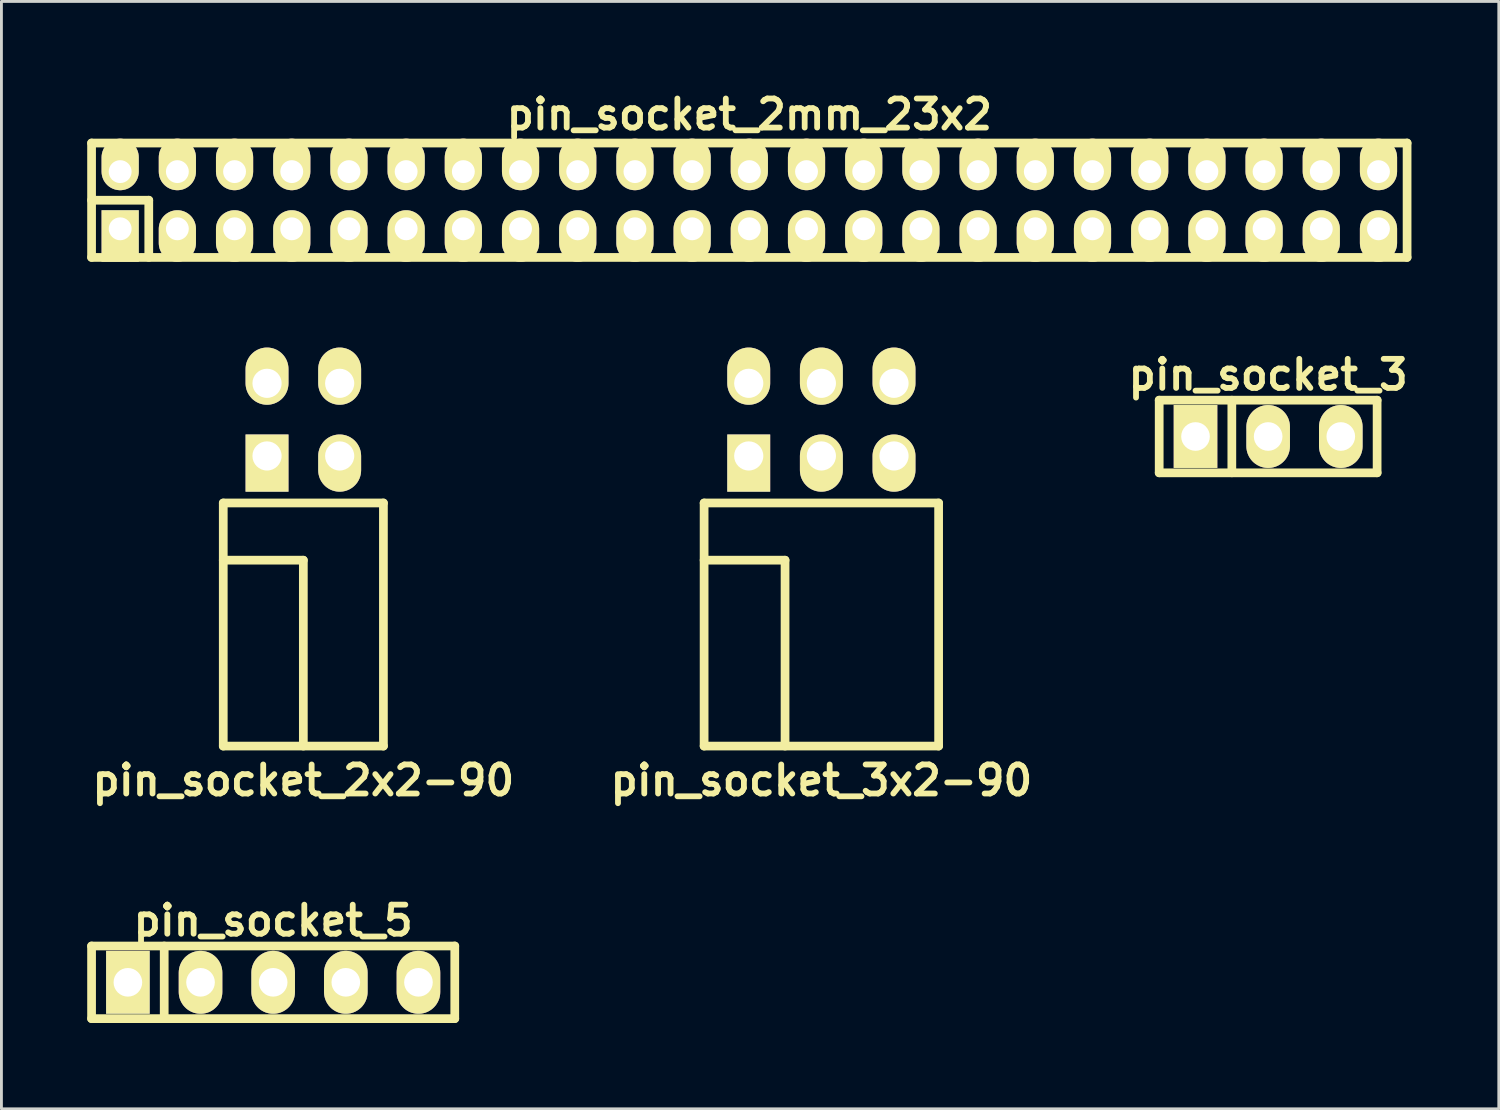
<source format=kicad_pcb>
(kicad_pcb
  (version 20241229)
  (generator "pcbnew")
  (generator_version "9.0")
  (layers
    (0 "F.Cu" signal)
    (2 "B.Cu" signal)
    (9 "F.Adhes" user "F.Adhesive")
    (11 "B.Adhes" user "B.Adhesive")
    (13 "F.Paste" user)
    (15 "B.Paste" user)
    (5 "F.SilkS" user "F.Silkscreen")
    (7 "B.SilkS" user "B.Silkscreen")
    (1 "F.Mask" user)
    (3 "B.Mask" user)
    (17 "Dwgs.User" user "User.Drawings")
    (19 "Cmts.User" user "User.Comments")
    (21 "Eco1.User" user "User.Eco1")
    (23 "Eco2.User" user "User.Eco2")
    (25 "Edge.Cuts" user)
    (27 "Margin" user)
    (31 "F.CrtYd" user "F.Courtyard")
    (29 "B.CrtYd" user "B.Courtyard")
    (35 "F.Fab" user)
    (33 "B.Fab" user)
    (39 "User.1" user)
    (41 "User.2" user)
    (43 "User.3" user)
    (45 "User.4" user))
  (footprint "pin_socket_2mm_23x2"
    (layer "F.Cu")
    (at 23.152 3.951)
    (property "Reference" "pin_socket_2mm_23x2" (at 0 -3 0) (layer "F.SilkS") (effects (font (size 1.016 1.016) (thickness 0.203))))
    (attr through_hole)
    (fp_line (start -23 -2) (end 23 -2) (stroke (width 0.305) (type solid)) (layer "F.SilkS"))
    (fp_line (start -23 0) (end -21 0) (stroke (width 0.305) (type solid)) (layer "F.SilkS"))
    (fp_line (start -23 2) (end -23 -2) (stroke (width 0.305) (type solid)) (layer "F.SilkS"))
    (fp_line (start -21 0) (end -21 2) (stroke (width 0.305) (type solid)) (layer "F.SilkS"))
    (fp_line (start 23 -2) (end 23 2) (stroke (width 0.305) (type solid)) (layer "F.SilkS"))
    (fp_line (start 23 2) (end -23 2) (stroke (width 0.305) (type solid)) (layer "F.SilkS"))
    (pad "1" thru_hole rect (at -22 1) (size 1.3 1.8) (drill 0.8 (offset 0 0.25)) (layers "*.Cu" "*.Mask" "F.SilkS"))
    (pad "2" thru_hole oval (at -22 -1) (size 1.3 1.8) (drill 0.8 (offset 0 -0.25)) (layers "*.Cu" "*.Mask" "F.SilkS"))
    (pad "3" thru_hole oval (at -20 1) (size 1.3 1.8) (drill 0.8 (offset 0 0.25)) (layers "*.Cu" "*.Mask" "F.SilkS"))
    (pad "4" thru_hole oval (at -20 -1) (size 1.3 1.8) (drill 0.8 (offset 0 -0.25)) (layers "*.Cu" "*.Mask" "F.SilkS"))
    (pad "5" thru_hole oval (at -18 1) (size 1.3 1.8) (drill 0.8 (offset 0 0.25)) (layers "*.Cu" "*.Mask" "F.SilkS"))
    (pad "6" thru_hole oval (at -18 -1) (size 1.3 1.8) (drill 0.8 (offset 0 -0.25)) (layers "*.Cu" "*.Mask" "F.SilkS"))
    (pad "7" thru_hole oval (at -16 1) (size 1.3 1.8) (drill 0.8 (offset 0 0.25)) (layers "*.Cu" "*.Mask" "F.SilkS"))
    (pad "8" thru_hole oval (at -16 -1) (size 1.3 1.8) (drill 0.8 (offset 0 -0.25)) (layers "*.Cu" "*.Mask" "F.SilkS"))
    (pad "9" thru_hole oval (at -14 1) (size 1.3 1.8) (drill 0.8 (offset 0 0.25)) (layers "*.Cu" "*.Mask" "F.SilkS"))
    (pad "10" thru_hole oval (at -14 -1) (size 1.3 1.8) (drill 0.8 (offset 0 -0.25)) (layers "*.Cu" "*.Mask" "F.SilkS"))
    (pad "11" thru_hole oval (at -12 1) (size 1.3 1.8) (drill 0.8 (offset 0 0.25)) (layers "*.Cu" "*.Mask" "F.SilkS"))
    (pad "12" thru_hole oval (at -12 -1) (size 1.3 1.8) (drill 0.8 (offset 0 -0.25)) (layers "*.Cu" "*.Mask" "F.SilkS"))
    (pad "13" thru_hole oval (at -10 1) (size 1.3 1.8) (drill 0.8 (offset 0 0.25)) (layers "*.Cu" "*.Mask" "F.SilkS"))
    (pad "14" thru_hole oval (at -10 -1) (size 1.3 1.8) (drill 0.8 (offset 0 -0.25)) (layers "*.Cu" "*.Mask" "F.SilkS"))
    (pad "15" thru_hole oval (at -8 1) (size 1.3 1.8) (drill 0.8 (offset 0 0.25)) (layers "*.Cu" "*.Mask" "F.SilkS"))
    (pad "16" thru_hole oval (at -8 -1) (size 1.3 1.8) (drill 0.8 (offset 0 -0.25)) (layers "*.Cu" "*.Mask" "F.SilkS"))
    (pad "17" thru_hole oval (at -6 1) (size 1.3 1.8) (drill 0.8 (offset 0 0.25)) (layers "*.Cu" "*.Mask" "F.SilkS"))
    (pad "18" thru_hole oval (at -6 -1) (size 1.3 1.8) (drill 0.8 (offset 0 -0.25)) (layers "*.Cu" "*.Mask" "F.SilkS"))
    (pad "19" thru_hole oval (at -4 1) (size 1.3 1.8) (drill 0.8 (offset 0 0.25)) (layers "*.Cu" "*.Mask" "F.SilkS"))
    (pad "20" thru_hole oval (at -4 -1) (size 1.3 1.8) (drill 0.8 (offset 0 -0.25)) (layers "*.Cu" "*.Mask" "F.SilkS"))
    (pad "21" thru_hole oval (at -2 1) (size 1.3 1.8) (drill 0.8 (offset 0 0.25)) (layers "*.Cu" "*.Mask" "F.SilkS"))
    (pad "22" thru_hole oval (at -2 -1) (size 1.3 1.8) (drill 0.8 (offset 0 -0.25)) (layers "*.Cu" "*.Mask" "F.SilkS"))
    (pad "23" thru_hole oval (at 0 1) (size 1.3 1.8) (drill 0.8 (offset 0 0.25)) (layers "*.Cu" "*.Mask" "F.SilkS"))
    (pad "24" thru_hole oval (at 0 -1) (size 1.3 1.8) (drill 0.8 (offset 0 -0.25)) (layers "*.Cu" "*.Mask" "F.SilkS"))
    (pad "25" thru_hole oval (at 2 1) (size 1.3 1.8) (drill 0.8 (offset 0 0.25)) (layers "*.Cu" "*.Mask" "F.SilkS"))
    (pad "26" thru_hole oval (at 2 -1) (size 1.3 1.8) (drill 0.8 (offset 0 -0.25)) (layers "*.Cu" "*.Mask" "F.SilkS"))
    (pad "27" thru_hole oval (at 4 1) (size 1.3 1.8) (drill 0.8 (offset 0 0.25)) (layers "*.Cu" "*.Mask" "F.SilkS"))
    (pad "28" thru_hole oval (at 4 -1) (size 1.3 1.8) (drill 0.8 (offset 0 -0.25)) (layers "*.Cu" "*.Mask" "F.SilkS"))
    (pad "29" thru_hole oval (at 6 1) (size 1.3 1.8) (drill 0.8 (offset 0 0.25)) (layers "*.Cu" "*.Mask" "F.SilkS"))
    (pad "30" thru_hole oval (at 6 -1) (size 1.3 1.8) (drill 0.8 (offset 0 -0.25)) (layers "*.Cu" "*.Mask" "F.SilkS"))
    (pad "31" thru_hole oval (at 8 1) (size 1.3 1.8) (drill 0.8 (offset 0 0.25)) (layers "*.Cu" "*.Mask" "F.SilkS"))
    (pad "32" thru_hole oval (at 8 -1) (size 1.3 1.8) (drill 0.8 (offset 0 -0.25)) (layers "*.Cu" "*.Mask" "F.SilkS"))
    (pad "33" thru_hole oval (at 10 1) (size 1.3 1.8) (drill 0.8 (offset 0 0.25)) (layers "*.Cu" "*.Mask" "F.SilkS"))
    (pad "34" thru_hole oval (at 10 -1) (size 1.3 1.8) (drill 0.8 (offset 0 -0.25)) (layers "*.Cu" "*.Mask" "F.SilkS"))
    (pad "35" thru_hole oval (at 12 1) (size 1.3 1.8) (drill 0.8 (offset 0 0.25)) (layers "*.Cu" "*.Mask" "F.SilkS"))
    (pad "36" thru_hole oval (at 12 -1) (size 1.3 1.8) (drill 0.8 (offset 0 -0.25)) (layers "*.Cu" "*.Mask" "F.SilkS"))
    (pad "37" thru_hole oval (at 14 1) (size 1.3 1.8) (drill 0.8 (offset 0 0.25)) (layers "*.Cu" "*.Mask" "F.SilkS"))
    (pad "38" thru_hole oval (at 14 -1) (size 1.3 1.8) (drill 0.8 (offset 0 -0.25)) (layers "*.Cu" "*.Mask" "F.SilkS"))
    (pad "39" thru_hole oval (at 16 1) (size 1.3 1.8) (drill 0.8 (offset 0 0.25)) (layers "*.Cu" "*.Mask" "F.SilkS"))
    (pad "40" thru_hole oval (at 16 -1) (size 1.3 1.8) (drill 0.8 (offset 0 -0.25)) (layers "*.Cu" "*.Mask" "F.SilkS"))
    (pad "41" thru_hole oval (at 18 1) (size 1.3 1.8) (drill 0.8 (offset 0 0.25)) (layers "*.Cu" "*.Mask" "F.SilkS"))
    (pad "42" thru_hole oval (at 18 -1) (size 1.3 1.8) (drill 0.8 (offset 0 -0.25)) (layers "*.Cu" "*.Mask" "F.SilkS"))
    (pad "43" thru_hole oval (at 20 1) (size 1.3 1.8) (drill 0.8 (offset 0 0.25)) (layers "*.Cu" "*.Mask" "F.SilkS"))
    (pad "44" thru_hole oval (at 20 -1) (size 1.3 1.8) (drill 0.8 (offset 0 -0.25)) (layers "*.Cu" "*.Mask" "F.SilkS"))
    (pad "45" thru_hole oval (at 22 1) (size 1.3 1.8) (drill 0.8 (offset 0 0.25)) (layers "*.Cu" "*.Mask" "F.SilkS"))
    (pad "46" thru_hole oval (at 22 -1) (size 1.3 1.8) (drill 0.8 (offset 0 -0.25)) (layers "*.Cu" "*.Mask" "F.SilkS")))
  (footprint "pin_socket_2x2-90"
    (layer "F.Cu")
    (at 7.557 16.538)
    (property "Reference" "pin_socket_2x2-90" (at 0 7.7 0) (layer "F.SilkS") (effects (font (size 1.016 1.016) (thickness 0.203))))
    (attr through_hole)
    (fp_line (start -2.8 -2) (end -2.8 6.5) (stroke (width 0.305) (type solid)) (layer "F.SilkS"))
    (fp_line (start -2.8 -2) (end 2.8 -2) (stroke (width 0.305) (type solid)) (layer "F.SilkS"))
    (fp_line (start -2.8 0) (end 0 0) (stroke (width 0.305) (type solid)) (layer "F.SilkS"))
    (fp_line (start -2.8 6.5) (end 2.8 6.5) (stroke (width 0.305) (type solid)) (layer "F.SilkS"))
    (fp_line (start 0 0) (end 0 6.5) (stroke (width 0.305) (type solid)) (layer "F.SilkS"))
    (fp_line (start 2.8 -2) (end 2.8 6.5) (stroke (width 0.305) (type solid)) (layer "F.SilkS"))
    (pad "1" thru_hole rect (at -1.27 -3.645) (size 1.5 2) (drill 1.02 (offset 0 0.25)) (layers "*.Cu" "*.Mask" "F.SilkS"))
    (pad "2" thru_hole oval (at -1.27 -6.185) (size 1.5 2) (drill 1.02 (offset 0 -0.25)) (layers "*.Cu" "*.Mask" "F.SilkS"))
    (pad "3" thru_hole oval (at 1.27 -3.645) (size 1.5 2) (drill 1.02 (offset 0 0.25)) (layers "*.Cu" "*.Mask" "F.SilkS"))
    (pad "4" thru_hole oval (at 1.27 -6.185) (size 1.5 2) (drill 1.02 (offset 0 -0.25)) (layers "*.Cu" "*.Mask" "F.SilkS")))
  (footprint "pin_socket_3x2-90"
    (layer "F.Cu")
    (at 25.671 16.538)
    (property "Reference" "pin_socket_3x2-90" (at 0 7.7 0) (layer "F.SilkS") (effects (font (size 1.016 1.016) (thickness 0.203))))
    (attr through_hole)
    (fp_line (start -4.1 -2) (end -4.1 6.5) (stroke (width 0.305) (type solid)) (layer "F.SilkS"))
    (fp_line (start -4.1 -2) (end 4.1 -2) (stroke (width 0.305) (type solid)) (layer "F.SilkS"))
    (fp_line (start -4.1 0) (end -1.27 0) (stroke (width 0.305) (type solid)) (layer "F.SilkS"))
    (fp_line (start -4.1 6.5) (end 4.1 6.5) (stroke (width 0.305) (type solid)) (layer "F.SilkS"))
    (fp_line (start -1.27 0) (end -1.27 6.5) (stroke (width 0.305) (type solid)) (layer "F.SilkS"))
    (fp_line (start 4.1 -2) (end 4.1 6.5) (stroke (width 0.305) (type solid)) (layer "F.SilkS"))
    (pad "1" thru_hole rect (at -2.54 -3.645) (size 1.5 2) (drill 1.02 (offset 0 0.25)) (layers "*.Cu" "*.Mask" "F.SilkS"))
    (pad "2" thru_hole oval (at -2.54 -6.185) (size 1.5 2) (drill 1.02 (offset 0 -0.25)) (layers "*.Cu" "*.Mask" "F.SilkS"))
    (pad "3" thru_hole oval (at 0 -3.645) (size 1.5 2) (drill 1.02 (offset 0 0.25)) (layers "*.Cu" "*.Mask" "F.SilkS"))
    (pad "4" thru_hole oval (at 0 -6.185) (size 1.5 2) (drill 1.02 (offset 0 -0.25)) (layers "*.Cu" "*.Mask" "F.SilkS"))
    (pad "5" thru_hole oval (at 2.54 -3.645) (size 1.5 2) (drill 1.02 (offset 0 0.25)) (layers "*.Cu" "*.Mask" "F.SilkS"))
    (pad "6" thru_hole oval (at 2.54 -6.185) (size 1.5 2) (drill 1.02 (offset 0 -0.25)) (layers "*.Cu" "*.Mask" "F.SilkS")))
  (footprint "pin_socket_5"
    (layer "F.Cu")
    (at 6.502 31.299)
    (property "Reference" "pin_socket_5" (at 0 -2.159 0) (layer "F.SilkS") (effects (font (size 1.016 1.016) (thickness 0.203))))
    (attr through_hole)
    (fp_line (start -6.35 -1.27) (end 6.35 -1.27) (stroke (width 0.305) (type solid)) (layer "F.SilkS"))
    (fp_line (start -6.35 1.27) (end -6.35 -1.27) (stroke (width 0.305) (type solid)) (layer "F.SilkS"))
    (fp_line (start -3.81 -1.27) (end -3.81 1.27) (stroke (width 0.305) (type solid)) (layer "F.SilkS"))
    (fp_line (start 6.35 -1.27) (end 6.35 1.27) (stroke (width 0.305) (type solid)) (layer "F.SilkS"))
    (fp_line (start 6.35 1.27) (end -6.35 1.27) (stroke (width 0.305) (type solid)) (layer "F.SilkS"))
    (pad "1" thru_hole rect (at -5.08 0) (size 1.524 2.2) (drill 1.001) (layers "*.Cu" "*.Mask" "F.SilkS"))
    (pad "2" thru_hole oval (at -2.54 0) (size 1.524 2.2) (drill 1.001) (layers "*.Cu" "*.Mask" "F.SilkS"))
    (pad "3" thru_hole oval (at 0 0) (size 1.524 2.2) (drill 1.001) (layers "*.Cu" "*.Mask" "F.SilkS"))
    (pad "4" thru_hole oval (at 2.54 0) (size 1.524 2.2) (drill 1.001) (layers "*.Cu" "*.Mask" "F.SilkS"))
    (pad "5" thru_hole oval (at 5.08 0) (size 1.524 2.2) (drill 1.001) (layers "*.Cu" "*.Mask" "F.SilkS")))
  (footprint "pin_socket_3"
    (layer "F.Cu")
    (at 41.294 12.213)
    (property "Reference" "pin_socket_3" (at 0 -2.159 0) (layer "F.SilkS") (effects (font (size 1.016 1.016) (thickness 0.203))))
    (attr through_hole)
    (fp_line (start -3.81 -1.27) (end 3.81 -1.27) (stroke (width 0.305) (type solid)) (layer "F.SilkS"))
    (fp_line (start -3.81 1.27) (end -3.81 -1.27) (stroke (width 0.305) (type solid)) (layer "F.SilkS"))
    (fp_line (start -1.27 1.27) (end -1.27 -1.27) (stroke (width 0.305) (type solid)) (layer "F.SilkS"))
    (fp_line (start 3.81 -1.27) (end 3.81 1.27) (stroke (width 0.305) (type solid)) (layer "F.SilkS"))
    (fp_line (start 3.81 1.27) (end -3.81 1.27) (stroke (width 0.305) (type solid)) (layer "F.SilkS"))
    (pad "1" thru_hole rect (at -2.54 0) (size 1.524 2.2) (drill 1.001) (layers "*.Cu" "*.Mask" "F.SilkS"))
    (pad "2" thru_hole oval (at 0 0) (size 1.524 2.2) (drill 1.001) (layers "*.Cu" "*.Mask" "F.SilkS"))
    (pad "3" thru_hole oval (at 2.54 0) (size 1.524 2.2) (drill 1.001) (layers "*.Cu" "*.Mask" "F.SilkS")))
  (gr_rect
    (start -3 -3)
    (end 49.359 35.722)
    (stroke (width 0.1) (type default))
    (fill no)
    (layer "Edge.Cuts")))
</source>
